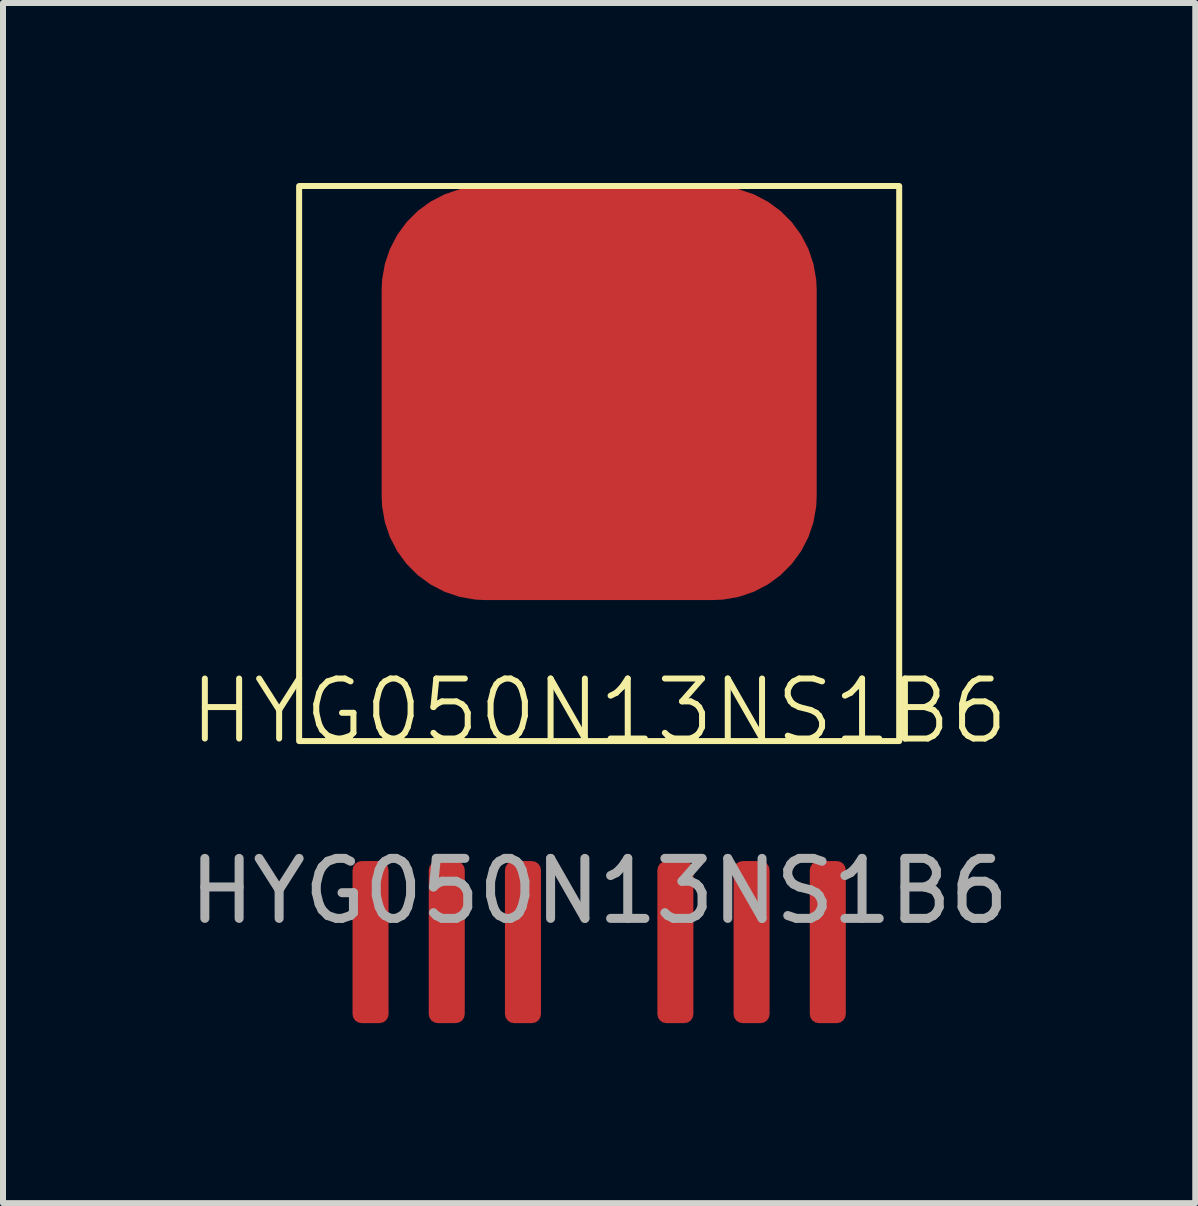
<source format=kicad_pcb>
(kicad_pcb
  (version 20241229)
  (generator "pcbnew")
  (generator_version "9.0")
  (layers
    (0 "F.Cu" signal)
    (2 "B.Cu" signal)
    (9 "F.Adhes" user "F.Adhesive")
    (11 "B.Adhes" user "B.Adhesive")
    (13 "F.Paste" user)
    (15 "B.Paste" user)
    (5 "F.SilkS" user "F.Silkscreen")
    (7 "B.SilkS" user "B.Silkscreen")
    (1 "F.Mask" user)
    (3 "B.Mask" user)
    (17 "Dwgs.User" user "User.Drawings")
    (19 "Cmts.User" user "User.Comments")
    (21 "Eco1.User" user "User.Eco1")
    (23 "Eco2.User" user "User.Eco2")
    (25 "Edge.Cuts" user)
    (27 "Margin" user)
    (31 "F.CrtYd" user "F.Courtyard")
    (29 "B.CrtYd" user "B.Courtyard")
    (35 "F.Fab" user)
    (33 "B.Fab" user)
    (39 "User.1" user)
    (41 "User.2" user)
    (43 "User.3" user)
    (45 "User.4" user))
  (footprint "HYG050N13NS1B6"
    (layer "F.Cu")
    (at 6.935 9.3)
    (property "Reference" "HYG050N13NS1B6" (at 0 -0.5 0) (unlocked yes) (layer "F.SilkS") (effects (font (size 1 1) (thickness 0.1))))
    (attr smd)
    (fp_rect (start -5 -9.25) (end 5 0) (stroke (width 0.1) (type default)) (fill no) (layer "F.SilkS"))
    (fp_text user "${REFERENCE}" (at 0 2.5 0) (unlocked yes) (layer "F.Fab") (effects (font (size 1 1) (thickness 0.15))))
    (pad "1" smd roundrect (at -3.81 3.35) (size 0.6 2.7) (layers "F.Cu" "F.Mask" "F.Paste") (roundrect_rratio 0.25))
    (pad "2" smd roundrect (at -2.54 3.35) (size 0.6 2.7) (layers "F.Cu" "F.Mask" "F.Paste") (roundrect_rratio 0.25))
    (pad "2" smd roundrect (at -1.27 3.35) (size 0.6 2.7) (layers "F.Cu" "F.Mask" "F.Paste") (roundrect_rratio 0.25))
    (pad "2" smd roundrect (at 1.27 3.35) (size 0.6 2.7) (layers "F.Cu" "F.Mask" "F.Paste") (roundrect_rratio 0.25))
    (pad "2" smd roundrect (at 2.54 3.35) (size 0.6 2.7) (layers "F.Cu" "F.Mask" "F.Paste") (roundrect_rratio 0.25))
    (pad "2" smd roundrect (at 3.81 3.35) (size 0.6 2.7) (layers "F.Cu" "F.Mask" "F.Paste") (roundrect_rratio 0.25))
    (pad "3" smd roundrect (at 0 -5.8) (size 7.25 6.9) (layers "F.Cu" "F.Mask" "F.Paste") (roundrect_rratio 0.25)))
  (gr_rect
    (start -3 -3)
    (end 16.869 17)
    (stroke (width 0.1) (type default))
    (fill no)
    (layer "Edge.Cuts")))
</source>
